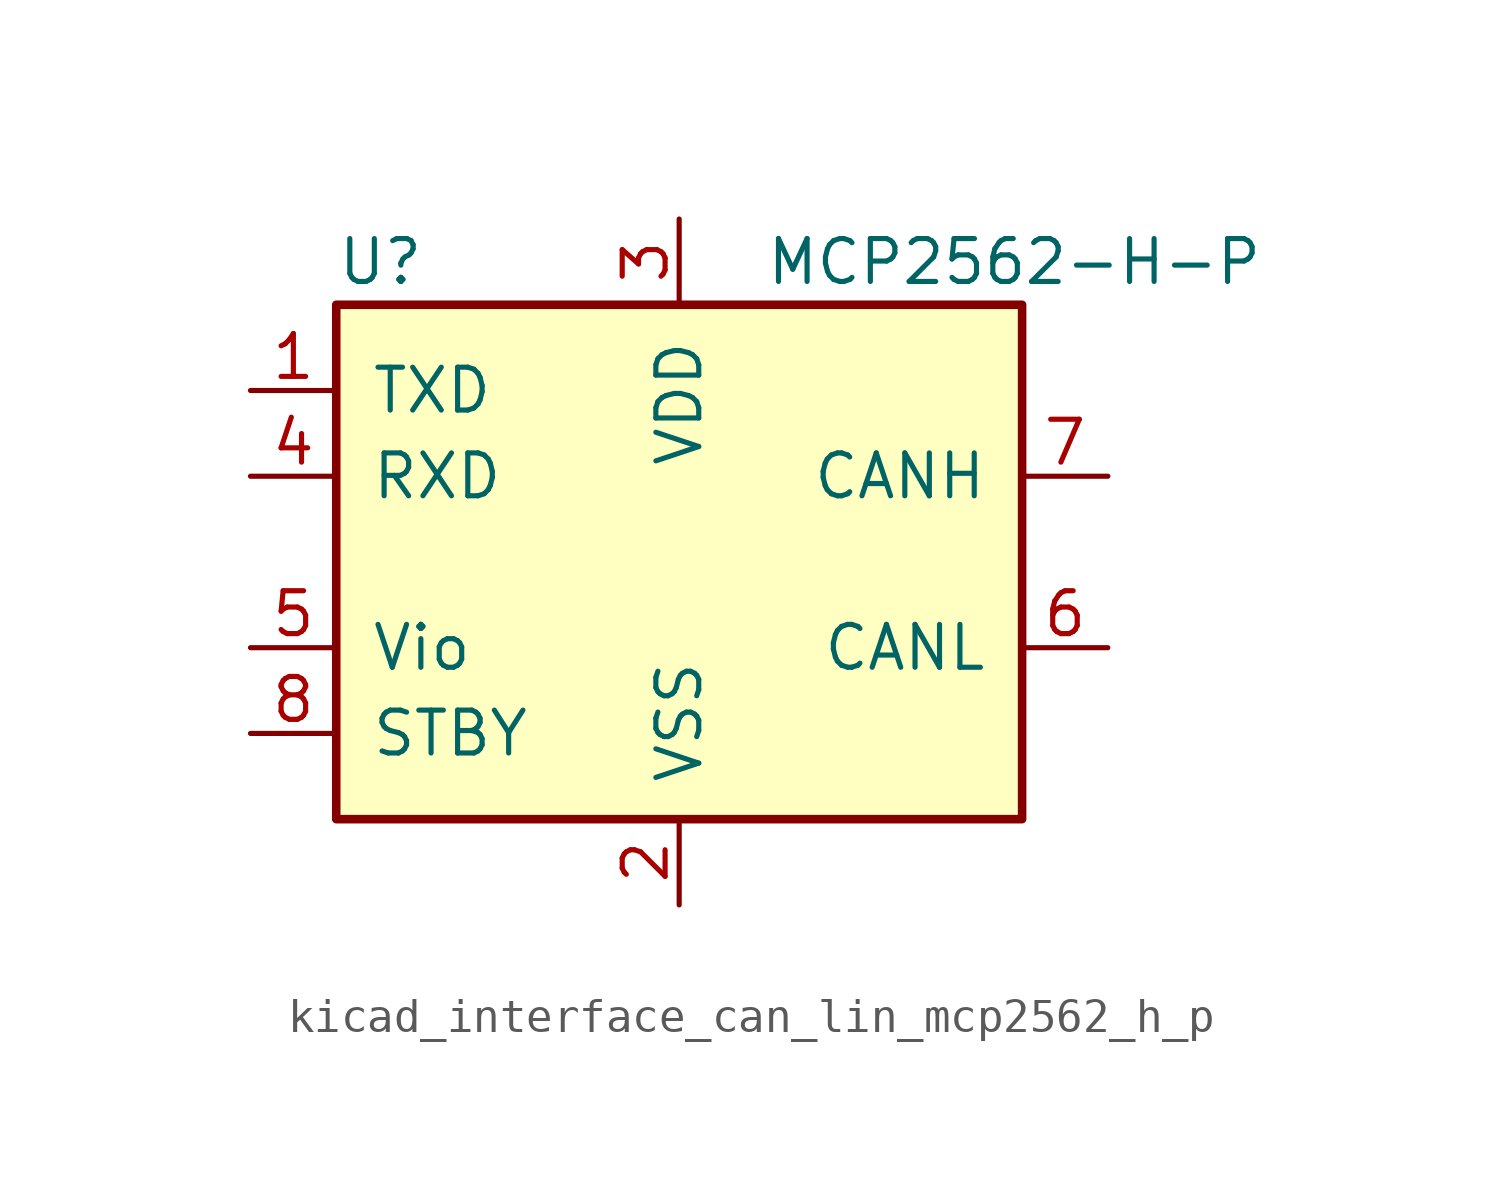
<source format=kicad_sym>
(kicad_symbol_lib
  (version 20220914)
  (generator kicad_symbol_editor)
  (symbol "kicad_interface_can_lin_mcp2562_h_p"
    (pin_names
      (offset 1.016))
    (property "Reference" "U"
      (at -10.16 8.89 0)
      (effects (font (size 1.27 1.27)) (justify left)))
    (property "Value" "MCP2562-H-P"
      (at 2.54 8.89 0)
      (effects (font (size 1.27 1.27)) (justify left)))
    (symbol "kicad_interface_can_lin_mcp2562_h_p_0_1"
      (rectangle (start -10.16 7.62) (end 10.16 -7.62) (stroke (width 0.254) (type default)) (fill (type background))))
    (symbol "kicad_interface_can_lin_mcp2562_h_p_1_1"
      (pin input line (at -12.7 5.08 0) (length 2.54) (name "TXD" (effects (font (size 1.27 1.27)))) (number "1" (effects (font (size 1.27 1.27)))))
      (pin power_in line (at 0 -10.16 90) (length 2.54) (name "VSS" (effects (font (size 1.27 1.27)))) (number "2" (effects (font (size 1.27 1.27)))))
      (pin power_in line (at 0 10.16 270) (length 2.54) (name "VDD" (effects (font (size 1.27 1.27)))) (number "3" (effects (font (size 1.27 1.27)))))
      (pin output line (at -12.7 2.54 0) (length 2.54) (name "RXD" (effects (font (size 1.27 1.27)))) (number "4" (effects (font (size 1.27 1.27)))))
      (pin power_in line (at -12.7 -2.54 0) (length 2.54) (name "Vio" (effects (font (size 1.27 1.27)))) (number "5" (effects (font (size 1.27 1.27)))))
      (pin bidirectional line (at 12.7 -2.54 180) (length 2.54) (name "CANL" (effects (font (size 1.27 1.27)))) (number "6" (effects (font (size 1.27 1.27)))))
      (pin bidirectional line (at 12.7 2.54 180) (length 2.54) (name "CANH" (effects (font (size 1.27 1.27)))) (number "7" (effects (font (size 1.27 1.27)))))
      (pin input line (at -12.7 -5.08 0) (length 2.54) (name "STBY" (effects (font (size 1.27 1.27)))) (number "8" (effects (font (size 1.27 1.27))))))))
</source>
